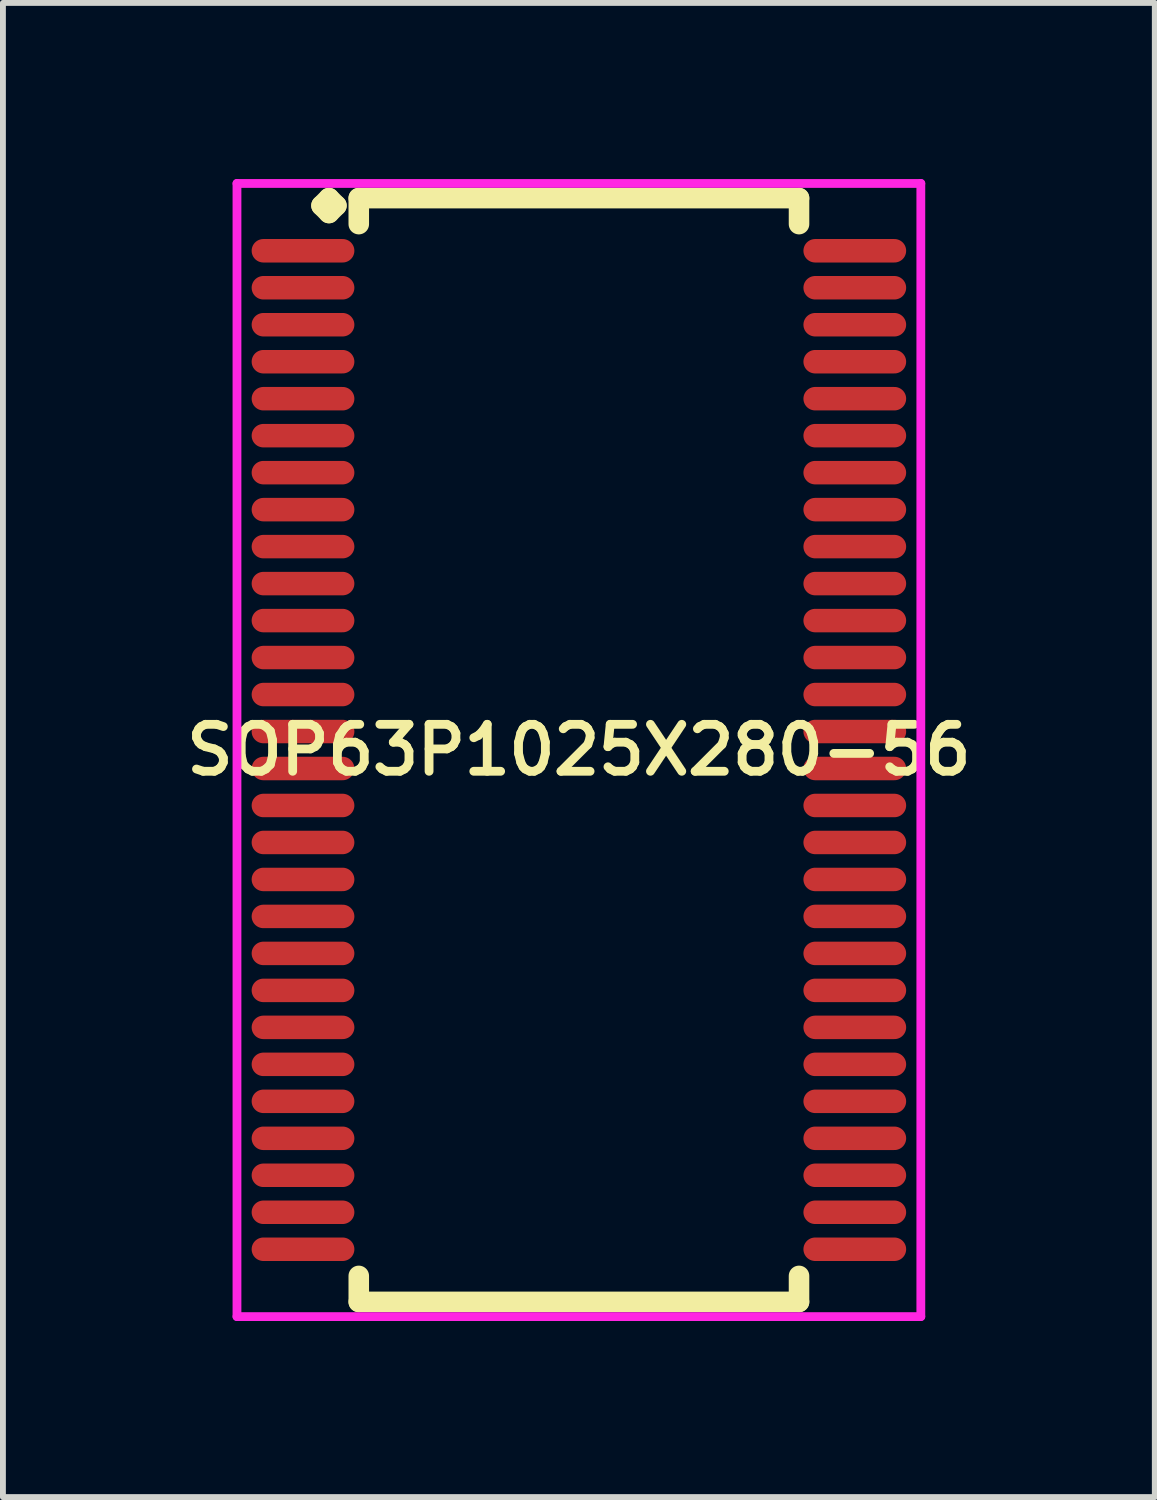
<source format=kicad_pcb>
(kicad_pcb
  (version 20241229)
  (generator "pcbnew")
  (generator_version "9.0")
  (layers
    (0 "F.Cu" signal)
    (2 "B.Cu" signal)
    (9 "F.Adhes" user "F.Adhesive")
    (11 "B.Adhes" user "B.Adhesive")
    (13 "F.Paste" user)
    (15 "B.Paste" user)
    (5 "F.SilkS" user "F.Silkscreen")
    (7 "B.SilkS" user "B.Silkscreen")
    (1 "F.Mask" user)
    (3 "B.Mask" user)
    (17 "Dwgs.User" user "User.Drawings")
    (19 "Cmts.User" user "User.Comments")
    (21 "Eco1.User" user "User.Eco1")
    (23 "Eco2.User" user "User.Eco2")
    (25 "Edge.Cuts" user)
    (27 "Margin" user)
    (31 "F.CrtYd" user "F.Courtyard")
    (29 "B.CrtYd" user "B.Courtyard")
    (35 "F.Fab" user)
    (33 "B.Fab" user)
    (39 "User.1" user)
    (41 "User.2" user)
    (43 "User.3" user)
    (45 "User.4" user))
  (footprint "SOP63P1025X280-56"
    (layer "F.Cu")
    (at 6.812 9.727)
    (property "Reference" "SOP63P1025X280-56" (at 0 0 0) (layer "F.SilkS") (effects (font (size 0.8 0.8) (thickness 0.15))))
    (attr smd)
    (fp_line (start -4.385 -9.275) (end -4.258 -9.402) (stroke (width 0.35) (type solid)) (layer "F.SilkS"))
    (fp_line (start -4.258 -9.402) (end -4.131 -9.275) (stroke (width 0.35) (type solid)) (layer "F.SilkS"))
    (fp_line (start -4.258 -9.148) (end -4.385 -9.275) (stroke (width 0.35) (type solid)) (layer "F.SilkS"))
    (fp_line (start -4.131 -9.275) (end -4.258 -9.148) (stroke (width 0.35) (type solid)) (layer "F.SilkS"))
    (fp_line (start -3.75 -9.402) (end 3.75 -9.402) (stroke (width 0.35) (type solid)) (layer "F.SilkS"))
    (fp_line (start -3.75 -8.959) (end -3.75 -9.402) (stroke (width 0.35) (type solid)) (layer "F.SilkS"))
    (fp_line (start -3.75 8.959) (end -3.75 9.402) (stroke (width 0.35) (type solid)) (layer "F.SilkS"))
    (fp_line (start -3.75 9.402) (end 3.75 9.402) (stroke (width 0.35) (type solid)) (layer "F.SilkS"))
    (fp_line (start 3.75 -9.402) (end 3.75 -8.959) (stroke (width 0.35) (type solid)) (layer "F.SilkS"))
    (fp_line (start 3.75 9.402) (end 3.75 8.959) (stroke (width 0.35) (type solid)) (layer "F.SilkS"))
    (fp_line (start -5.825 -9.652) (end 5.825 -9.652) (stroke (width 0.15) (type solid)) (layer "F.CrtYd"))
    (fp_line (start -5.825 9.652) (end -5.825 -9.652) (stroke (width 0.15) (type solid)) (layer "F.CrtYd"))
    (fp_line (start 5.825 -9.652) (end 5.825 9.652) (stroke (width 0.15) (type solid)) (layer "F.CrtYd"))
    (fp_line (start 5.825 9.652) (end -5.825 9.652) (stroke (width 0.15) (type solid)) (layer "F.CrtYd"))
    (pad "1" smd oval (at -4.7 -8.505) (size 1.75 0.4) (layers "F.Cu" "F.Mask" "F.Paste"))
    (pad "2" smd oval (at -4.7 -7.875) (size 1.75 0.4) (layers "F.Cu" "F.Mask" "F.Paste"))
    (pad "3" smd oval (at -4.7 -7.245) (size 1.75 0.4) (layers "F.Cu" "F.Mask" "F.Paste"))
    (pad "4" smd oval (at -4.7 -6.615) (size 1.75 0.4) (layers "F.Cu" "F.Mask" "F.Paste"))
    (pad "5" smd oval (at -4.7 -5.985) (size 1.75 0.4) (layers "F.Cu" "F.Mask" "F.Paste"))
    (pad "6" smd oval (at -4.7 -5.355) (size 1.75 0.4) (layers "F.Cu" "F.Mask" "F.Paste"))
    (pad "7" smd oval (at -4.7 -4.725) (size 1.75 0.4) (layers "F.Cu" "F.Mask" "F.Paste"))
    (pad "8" smd oval (at -4.7 -4.095) (size 1.75 0.4) (layers "F.Cu" "F.Mask" "F.Paste"))
    (pad "9" smd oval (at -4.7 -3.465) (size 1.75 0.4) (layers "F.Cu" "F.Mask" "F.Paste"))
    (pad "10" smd oval (at -4.7 -2.835) (size 1.75 0.4) (layers "F.Cu" "F.Mask" "F.Paste"))
    (pad "11" smd oval (at -4.7 -2.205) (size 1.75 0.4) (layers "F.Cu" "F.Mask" "F.Paste"))
    (pad "12" smd oval (at -4.7 -1.575) (size 1.75 0.4) (layers "F.Cu" "F.Mask" "F.Paste"))
    (pad "13" smd oval (at -4.7 -0.945) (size 1.75 0.4) (layers "F.Cu" "F.Mask" "F.Paste"))
    (pad "14" smd oval (at -4.7 -0.315) (size 1.75 0.4) (layers "F.Cu" "F.Mask" "F.Paste"))
    (pad "15" smd oval (at -4.7 0.315) (size 1.75 0.4) (layers "F.Cu" "F.Mask" "F.Paste"))
    (pad "16" smd oval (at -4.7 0.945) (size 1.75 0.4) (layers "F.Cu" "F.Mask" "F.Paste"))
    (pad "17" smd oval (at -4.7 1.575) (size 1.75 0.4) (layers "F.Cu" "F.Mask" "F.Paste"))
    (pad "18" smd oval (at -4.7 2.205) (size 1.75 0.4) (layers "F.Cu" "F.Mask" "F.Paste"))
    (pad "19" smd oval (at -4.7 2.835) (size 1.75 0.4) (layers "F.Cu" "F.Mask" "F.Paste"))
    (pad "20" smd oval (at -4.7 3.465) (size 1.75 0.4) (layers "F.Cu" "F.Mask" "F.Paste"))
    (pad "21" smd oval (at -4.7 4.095) (size 1.75 0.4) (layers "F.Cu" "F.Mask" "F.Paste"))
    (pad "22" smd oval (at -4.7 4.725) (size 1.75 0.4) (layers "F.Cu" "F.Mask" "F.Paste"))
    (pad "23" smd oval (at -4.7 5.355) (size 1.75 0.4) (layers "F.Cu" "F.Mask" "F.Paste"))
    (pad "24" smd oval (at -4.7 5.985) (size 1.75 0.4) (layers "F.Cu" "F.Mask" "F.Paste"))
    (pad "25" smd oval (at -4.7 6.615) (size 1.75 0.4) (layers "F.Cu" "F.Mask" "F.Paste"))
    (pad "26" smd oval (at -4.7 7.245) (size 1.75 0.4) (layers "F.Cu" "F.Mask" "F.Paste"))
    (pad "27" smd oval (at -4.7 7.875) (size 1.75 0.4) (layers "F.Cu" "F.Mask" "F.Paste"))
    (pad "28" smd oval (at -4.7 8.505) (size 1.75 0.4) (layers "F.Cu" "F.Mask" "F.Paste"))
    (pad "29" smd oval (at 4.7 8.505) (size 1.75 0.4) (layers "F.Cu" "F.Mask" "F.Paste"))
    (pad "30" smd oval (at 4.7 7.875) (size 1.75 0.4) (layers "F.Cu" "F.Mask" "F.Paste"))
    (pad "31" smd oval (at 4.7 7.245) (size 1.75 0.4) (layers "F.Cu" "F.Mask" "F.Paste"))
    (pad "32" smd oval (at 4.7 6.615) (size 1.75 0.4) (layers "F.Cu" "F.Mask" "F.Paste"))
    (pad "33" smd oval (at 4.7 5.985) (size 1.75 0.4) (layers "F.Cu" "F.Mask" "F.Paste"))
    (pad "34" smd oval (at 4.7 5.355) (size 1.75 0.4) (layers "F.Cu" "F.Mask" "F.Paste"))
    (pad "35" smd oval (at 4.7 4.725) (size 1.75 0.4) (layers "F.Cu" "F.Mask" "F.Paste"))
    (pad "36" smd oval (at 4.7 4.095) (size 1.75 0.4) (layers "F.Cu" "F.Mask" "F.Paste"))
    (pad "37" smd oval (at 4.7 3.465) (size 1.75 0.4) (layers "F.Cu" "F.Mask" "F.Paste"))
    (pad "38" smd oval (at 4.7 2.835) (size 1.75 0.4) (layers "F.Cu" "F.Mask" "F.Paste"))
    (pad "39" smd oval (at 4.7 2.205) (size 1.75 0.4) (layers "F.Cu" "F.Mask" "F.Paste"))
    (pad "40" smd oval (at 4.7 1.575) (size 1.75 0.4) (layers "F.Cu" "F.Mask" "F.Paste"))
    (pad "41" smd oval (at 4.7 0.945) (size 1.75 0.4) (layers "F.Cu" "F.Mask" "F.Paste"))
    (pad "42" smd oval (at 4.7 0.315) (size 1.75 0.4) (layers "F.Cu" "F.Mask" "F.Paste"))
    (pad "43" smd oval (at 4.7 -0.315) (size 1.75 0.4) (layers "F.Cu" "F.Mask" "F.Paste"))
    (pad "44" smd oval (at 4.7 -0.945) (size 1.75 0.4) (layers "F.Cu" "F.Mask" "F.Paste"))
    (pad "45" smd oval (at 4.7 -1.575) (size 1.75 0.4) (layers "F.Cu" "F.Mask" "F.Paste"))
    (pad "46" smd oval (at 4.7 -2.205) (size 1.75 0.4) (layers "F.Cu" "F.Mask" "F.Paste"))
    (pad "47" smd oval (at 4.7 -2.835) (size 1.75 0.4) (layers "F.Cu" "F.Mask" "F.Paste"))
    (pad "48" smd oval (at 4.7 -3.465) (size 1.75 0.4) (layers "F.Cu" "F.Mask" "F.Paste"))
    (pad "49" smd oval (at 4.7 -4.095) (size 1.75 0.4) (layers "F.Cu" "F.Mask" "F.Paste"))
    (pad "50" smd oval (at 4.7 -4.725) (size 1.75 0.4) (layers "F.Cu" "F.Mask" "F.Paste"))
    (pad "51" smd oval (at 4.7 -5.355) (size 1.75 0.4) (layers "F.Cu" "F.Mask" "F.Paste"))
    (pad "52" smd oval (at 4.7 -5.985) (size 1.75 0.4) (layers "F.Cu" "F.Mask" "F.Paste"))
    (pad "53" smd oval (at 4.7 -6.615) (size 1.75 0.4) (layers "F.Cu" "F.Mask" "F.Paste"))
    (pad "54" smd oval (at 4.7 -7.245) (size 1.75 0.4) (layers "F.Cu" "F.Mask" "F.Paste"))
    (pad "55" smd oval (at 4.7 -7.875) (size 1.75 0.4) (layers "F.Cu" "F.Mask" "F.Paste"))
    (pad "56" smd oval (at 4.7 -8.505) (size 1.75 0.4) (layers "F.Cu" "F.Mask" "F.Paste")))
  (gr_rect
    (start -3 -3)
    (end 16.623 22.454)
    (stroke (width 0.1) (type default))
    (fill no)
    (layer "Edge.Cuts")))
</source>
